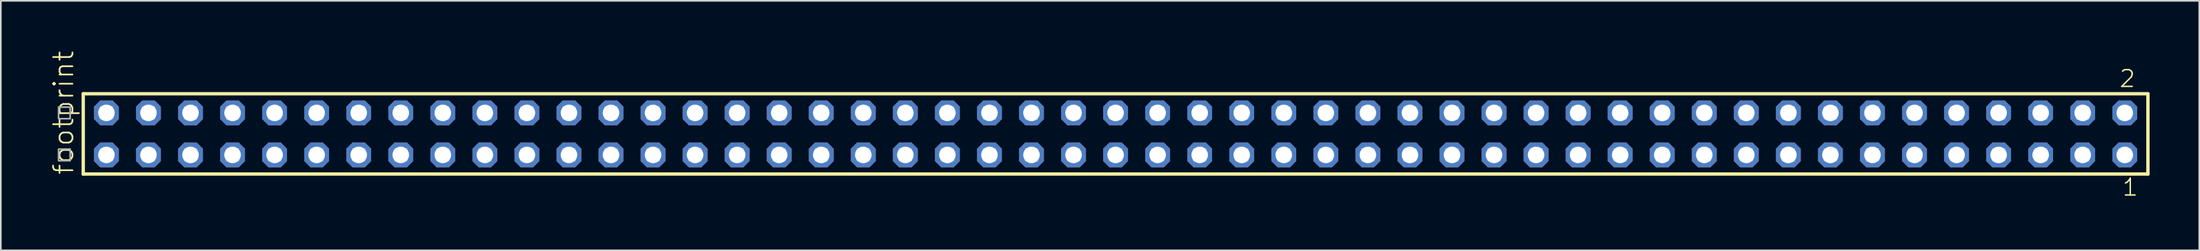
<source format=kicad_pcb>
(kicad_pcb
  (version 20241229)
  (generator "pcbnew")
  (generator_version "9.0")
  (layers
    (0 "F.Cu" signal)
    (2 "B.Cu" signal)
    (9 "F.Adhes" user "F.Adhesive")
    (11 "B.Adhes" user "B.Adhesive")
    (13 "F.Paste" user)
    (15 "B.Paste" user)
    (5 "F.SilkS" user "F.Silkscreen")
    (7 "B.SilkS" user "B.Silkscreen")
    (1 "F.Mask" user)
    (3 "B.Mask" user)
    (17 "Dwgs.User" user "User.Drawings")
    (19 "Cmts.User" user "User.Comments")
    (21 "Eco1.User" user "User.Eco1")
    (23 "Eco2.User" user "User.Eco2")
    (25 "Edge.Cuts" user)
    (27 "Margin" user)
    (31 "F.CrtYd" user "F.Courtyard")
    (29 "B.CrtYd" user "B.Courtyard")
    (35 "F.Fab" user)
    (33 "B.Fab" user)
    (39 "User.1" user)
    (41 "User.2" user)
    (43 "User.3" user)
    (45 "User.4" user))
  (footprint "footprint"
    (layer "F.Cu")
    (at 64.338 5.042)
    (property "Reference" "footprint" (at -62.865 2.54 90) (layer "F.SilkS") (effects (font (size 1.168 1.168) (thickness 0.102)) (justify left bottom)))
    (fp_line (start -62.359 -2.425) (end 62.359 -2.425) (stroke (width 0.203) (type solid)) (layer "F.SilkS"))
    (fp_line (start -62.359 2.425) (end -62.359 -2.425) (stroke (width 0.203) (type solid)) (layer "F.SilkS"))
    (fp_line (start 62.359 -2.425) (end 62.359 2.425) (stroke (width 0.203) (type solid)) (layer "F.SilkS"))
    (fp_line (start 62.359 2.425) (end -62.359 2.425) (stroke (width 0.203) (type solid)) (layer "F.SilkS"))
    (fp_poly (pts (xy -63.85 -0.92) (xy -63.15 -0.92) (xy -63.15 -1.62) (xy -63.85 -1.62)) (stroke (width 0.1) (type solid)) (fill no) (layer "F.Fab"))
    (fp_poly (pts (xy -63.85 1.62) (xy -63.15 1.62) (xy -63.15 0.92) (xy -63.85 0.92)) (stroke (width 0.1) (type solid)) (fill no) (layer "F.Fab"))
    (fp_poly (pts (xy -61.31 -0.92) (xy -60.61 -0.92) (xy -60.61 -1.62) (xy -61.31 -1.62)) (stroke (width 0.1) (type solid)) (fill no) (layer "F.Fab"))
    (fp_poly (pts (xy -61.31 1.62) (xy -60.61 1.62) (xy -60.61 0.92) (xy -61.31 0.92)) (stroke (width 0.1) (type solid)) (fill no) (layer "F.Fab"))
    (fp_poly (pts (xy -58.77 -0.92) (xy -58.07 -0.92) (xy -58.07 -1.62) (xy -58.77 -1.62)) (stroke (width 0.1) (type solid)) (fill no) (layer "F.Fab"))
    (fp_poly (pts (xy -58.77 1.62) (xy -58.07 1.62) (xy -58.07 0.92) (xy -58.77 0.92)) (stroke (width 0.1) (type solid)) (fill no) (layer "F.Fab"))
    (fp_poly (pts (xy -56.23 -0.92) (xy -55.53 -0.92) (xy -55.53 -1.62) (xy -56.23 -1.62)) (stroke (width 0.1) (type solid)) (fill no) (layer "F.Fab"))
    (fp_poly (pts (xy -56.23 1.62) (xy -55.53 1.62) (xy -55.53 0.92) (xy -56.23 0.92)) (stroke (width 0.1) (type solid)) (fill no) (layer "F.Fab"))
    (fp_poly (pts (xy -53.69 -0.92) (xy -52.99 -0.92) (xy -52.99 -1.62) (xy -53.69 -1.62)) (stroke (width 0.1) (type solid)) (fill no) (layer "F.Fab"))
    (fp_poly (pts (xy -53.69 1.62) (xy -52.99 1.62) (xy -52.99 0.92) (xy -53.69 0.92)) (stroke (width 0.1) (type solid)) (fill no) (layer "F.Fab"))
    (fp_poly (pts (xy -51.15 -0.92) (xy -50.45 -0.92) (xy -50.45 -1.62) (xy -51.15 -1.62)) (stroke (width 0.1) (type solid)) (fill no) (layer "F.Fab"))
    (fp_poly (pts (xy -51.15 1.62) (xy -50.45 1.62) (xy -50.45 0.92) (xy -51.15 0.92)) (stroke (width 0.1) (type solid)) (fill no) (layer "F.Fab"))
    (fp_poly (pts (xy -48.61 -0.92) (xy -47.91 -0.92) (xy -47.91 -1.62) (xy -48.61 -1.62)) (stroke (width 0.1) (type solid)) (fill no) (layer "F.Fab"))
    (fp_poly (pts (xy -48.61 1.62) (xy -47.91 1.62) (xy -47.91 0.92) (xy -48.61 0.92)) (stroke (width 0.1) (type solid)) (fill no) (layer "F.Fab"))
    (fp_poly (pts (xy -46.07 -0.92) (xy -45.37 -0.92) (xy -45.37 -1.62) (xy -46.07 -1.62)) (stroke (width 0.1) (type solid)) (fill no) (layer "F.Fab"))
    (fp_poly (pts (xy -46.07 1.62) (xy -45.37 1.62) (xy -45.37 0.92) (xy -46.07 0.92)) (stroke (width 0.1) (type solid)) (fill no) (layer "F.Fab"))
    (fp_poly (pts (xy -43.53 -0.92) (xy -42.83 -0.92) (xy -42.83 -1.62) (xy -43.53 -1.62)) (stroke (width 0.1) (type solid)) (fill no) (layer "F.Fab"))
    (fp_poly (pts (xy -43.53 1.62) (xy -42.83 1.62) (xy -42.83 0.92) (xy -43.53 0.92)) (stroke (width 0.1) (type solid)) (fill no) (layer "F.Fab"))
    (fp_poly (pts (xy -40.99 -0.92) (xy -40.29 -0.92) (xy -40.29 -1.62) (xy -40.99 -1.62)) (stroke (width 0.1) (type solid)) (fill no) (layer "F.Fab"))
    (fp_poly (pts (xy -40.99 1.62) (xy -40.29 1.62) (xy -40.29 0.92) (xy -40.99 0.92)) (stroke (width 0.1) (type solid)) (fill no) (layer "F.Fab"))
    (fp_poly (pts (xy -38.45 -0.92) (xy -37.75 -0.92) (xy -37.75 -1.62) (xy -38.45 -1.62)) (stroke (width 0.1) (type solid)) (fill no) (layer "F.Fab"))
    (fp_poly (pts (xy -38.45 1.62) (xy -37.75 1.62) (xy -37.75 0.92) (xy -38.45 0.92)) (stroke (width 0.1) (type solid)) (fill no) (layer "F.Fab"))
    (fp_poly (pts (xy -35.91 -0.92) (xy -35.21 -0.92) (xy -35.21 -1.62) (xy -35.91 -1.62)) (stroke (width 0.1) (type solid)) (fill no) (layer "F.Fab"))
    (fp_poly (pts (xy -35.91 1.62) (xy -35.21 1.62) (xy -35.21 0.92) (xy -35.91 0.92)) (stroke (width 0.1) (type solid)) (fill no) (layer "F.Fab"))
    (fp_poly (pts (xy -33.37 -0.92) (xy -32.67 -0.92) (xy -32.67 -1.62) (xy -33.37 -1.62)) (stroke (width 0.1) (type solid)) (fill no) (layer "F.Fab"))
    (fp_poly (pts (xy -33.37 1.62) (xy -32.67 1.62) (xy -32.67 0.92) (xy -33.37 0.92)) (stroke (width 0.1) (type solid)) (fill no) (layer "F.Fab"))
    (fp_poly (pts (xy -30.83 -0.92) (xy -30.13 -0.92) (xy -30.13 -1.62) (xy -30.83 -1.62)) (stroke (width 0.1) (type solid)) (fill no) (layer "F.Fab"))
    (fp_poly (pts (xy -30.83 1.62) (xy -30.13 1.62) (xy -30.13 0.92) (xy -30.83 0.92)) (stroke (width 0.1) (type solid)) (fill no) (layer "F.Fab"))
    (fp_poly (pts (xy -28.29 -0.92) (xy -27.59 -0.92) (xy -27.59 -1.62) (xy -28.29 -1.62)) (stroke (width 0.1) (type solid)) (fill no) (layer "F.Fab"))
    (fp_poly (pts (xy -28.29 1.62) (xy -27.59 1.62) (xy -27.59 0.92) (xy -28.29 0.92)) (stroke (width 0.1) (type solid)) (fill no) (layer "F.Fab"))
    (fp_poly (pts (xy -25.75 -0.92) (xy -25.05 -0.92) (xy -25.05 -1.62) (xy -25.75 -1.62)) (stroke (width 0.1) (type solid)) (fill no) (layer "F.Fab"))
    (fp_poly (pts (xy -25.75 1.62) (xy -25.05 1.62) (xy -25.05 0.92) (xy -25.75 0.92)) (stroke (width 0.1) (type solid)) (fill no) (layer "F.Fab"))
    (fp_poly (pts (xy -23.21 -0.92) (xy -22.51 -0.92) (xy -22.51 -1.62) (xy -23.21 -1.62)) (stroke (width 0.1) (type solid)) (fill no) (layer "F.Fab"))
    (fp_poly (pts (xy -23.21 1.62) (xy -22.51 1.62) (xy -22.51 0.92) (xy -23.21 0.92)) (stroke (width 0.1) (type solid)) (fill no) (layer "F.Fab"))
    (fp_poly (pts (xy -20.67 -0.92) (xy -19.97 -0.92) (xy -19.97 -1.62) (xy -20.67 -1.62)) (stroke (width 0.1) (type solid)) (fill no) (layer "F.Fab"))
    (fp_poly (pts (xy -20.67 1.62) (xy -19.97 1.62) (xy -19.97 0.92) (xy -20.67 0.92)) (stroke (width 0.1) (type solid)) (fill no) (layer "F.Fab"))
    (fp_poly (pts (xy -18.13 -0.92) (xy -17.43 -0.92) (xy -17.43 -1.62) (xy -18.13 -1.62)) (stroke (width 0.1) (type solid)) (fill no) (layer "F.Fab"))
    (fp_poly (pts (xy -18.13 1.62) (xy -17.43 1.62) (xy -17.43 0.92) (xy -18.13 0.92)) (stroke (width 0.1) (type solid)) (fill no) (layer "F.Fab"))
    (fp_poly (pts (xy -15.59 -0.92) (xy -14.89 -0.92) (xy -14.89 -1.62) (xy -15.59 -1.62)) (stroke (width 0.1) (type solid)) (fill no) (layer "F.Fab"))
    (fp_poly (pts (xy -15.59 1.62) (xy -14.89 1.62) (xy -14.89 0.92) (xy -15.59 0.92)) (stroke (width 0.1) (type solid)) (fill no) (layer "F.Fab"))
    (fp_poly (pts (xy -13.05 -0.92) (xy -12.35 -0.92) (xy -12.35 -1.62) (xy -13.05 -1.62)) (stroke (width 0.1) (type solid)) (fill no) (layer "F.Fab"))
    (fp_poly (pts (xy -13.05 1.62) (xy -12.35 1.62) (xy -12.35 0.92) (xy -13.05 0.92)) (stroke (width 0.1) (type solid)) (fill no) (layer "F.Fab"))
    (fp_poly (pts (xy -10.51 -0.92) (xy -9.81 -0.92) (xy -9.81 -1.62) (xy -10.51 -1.62)) (stroke (width 0.1) (type solid)) (fill no) (layer "F.Fab"))
    (fp_poly (pts (xy -10.51 1.62) (xy -9.81 1.62) (xy -9.81 0.92) (xy -10.51 0.92)) (stroke (width 0.1) (type solid)) (fill no) (layer "F.Fab"))
    (fp_poly (pts (xy -7.97 -0.92) (xy -7.27 -0.92) (xy -7.27 -1.62) (xy -7.97 -1.62)) (stroke (width 0.1) (type solid)) (fill no) (layer "F.Fab"))
    (fp_poly (pts (xy -7.97 1.62) (xy -7.27 1.62) (xy -7.27 0.92) (xy -7.97 0.92)) (stroke (width 0.1) (type solid)) (fill no) (layer "F.Fab"))
    (fp_poly (pts (xy -5.43 -0.92) (xy -4.73 -0.92) (xy -4.73 -1.62) (xy -5.43 -1.62)) (stroke (width 0.1) (type solid)) (fill no) (layer "F.Fab"))
    (fp_poly (pts (xy -5.43 1.62) (xy -4.73 1.62) (xy -4.73 0.92) (xy -5.43 0.92)) (stroke (width 0.1) (type solid)) (fill no) (layer "F.Fab"))
    (fp_poly (pts (xy -2.89 -0.92) (xy -2.19 -0.92) (xy -2.19 -1.62) (xy -2.89 -1.62)) (stroke (width 0.1) (type solid)) (fill no) (layer "F.Fab"))
    (fp_poly (pts (xy -2.89 1.62) (xy -2.19 1.62) (xy -2.19 0.92) (xy -2.89 0.92)) (stroke (width 0.1) (type solid)) (fill no) (layer "F.Fab"))
    (fp_poly (pts (xy -0.35 -0.92) (xy 0.35 -0.92) (xy 0.35 -1.62) (xy -0.35 -1.62)) (stroke (width 0.1) (type solid)) (fill no) (layer "F.Fab"))
    (fp_poly (pts (xy -0.35 1.62) (xy 0.35 1.62) (xy 0.35 0.92) (xy -0.35 0.92)) (stroke (width 0.1) (type solid)) (fill no) (layer "F.Fab"))
    (fp_poly (pts (xy 2.19 -0.92) (xy 2.89 -0.92) (xy 2.89 -1.62) (xy 2.19 -1.62)) (stroke (width 0.1) (type solid)) (fill no) (layer "F.Fab"))
    (fp_poly (pts (xy 2.19 1.62) (xy 2.89 1.62) (xy 2.89 0.92) (xy 2.19 0.92)) (stroke (width 0.1) (type solid)) (fill no) (layer "F.Fab"))
    (fp_poly (pts (xy 4.73 -0.92) (xy 5.43 -0.92) (xy 5.43 -1.62) (xy 4.73 -1.62)) (stroke (width 0.1) (type solid)) (fill no) (layer "F.Fab"))
    (fp_poly (pts (xy 4.73 1.62) (xy 5.43 1.62) (xy 5.43 0.92) (xy 4.73 0.92)) (stroke (width 0.1) (type solid)) (fill no) (layer "F.Fab"))
    (fp_poly (pts (xy 7.27 -0.92) (xy 7.97 -0.92) (xy 7.97 -1.62) (xy 7.27 -1.62)) (stroke (width 0.1) (type solid)) (fill no) (layer "F.Fab"))
    (fp_poly (pts (xy 7.27 1.62) (xy 7.97 1.62) (xy 7.97 0.92) (xy 7.27 0.92)) (stroke (width 0.1) (type solid)) (fill no) (layer "F.Fab"))
    (fp_poly (pts (xy 9.81 -0.92) (xy 10.51 -0.92) (xy 10.51 -1.62) (xy 9.81 -1.62)) (stroke (width 0.1) (type solid)) (fill no) (layer "F.Fab"))
    (fp_poly (pts (xy 9.81 1.62) (xy 10.51 1.62) (xy 10.51 0.92) (xy 9.81 0.92)) (stroke (width 0.1) (type solid)) (fill no) (layer "F.Fab"))
    (fp_poly (pts (xy 12.35 -0.92) (xy 13.05 -0.92) (xy 13.05 -1.62) (xy 12.35 -1.62)) (stroke (width 0.1) (type solid)) (fill no) (layer "F.Fab"))
    (fp_poly (pts (xy 12.35 1.62) (xy 13.05 1.62) (xy 13.05 0.92) (xy 12.35 0.92)) (stroke (width 0.1) (type solid)) (fill no) (layer "F.Fab"))
    (fp_poly (pts (xy 14.89 -0.92) (xy 15.59 -0.92) (xy 15.59 -1.62) (xy 14.89 -1.62)) (stroke (width 0.1) (type solid)) (fill no) (layer "F.Fab"))
    (fp_poly (pts (xy 14.89 1.62) (xy 15.59 1.62) (xy 15.59 0.92) (xy 14.89 0.92)) (stroke (width 0.1) (type solid)) (fill no) (layer "F.Fab"))
    (fp_poly (pts (xy 17.43 -0.92) (xy 18.13 -0.92) (xy 18.13 -1.62) (xy 17.43 -1.62)) (stroke (width 0.1) (type solid)) (fill no) (layer "F.Fab"))
    (fp_poly (pts (xy 17.43 1.62) (xy 18.13 1.62) (xy 18.13 0.92) (xy 17.43 0.92)) (stroke (width 0.1) (type solid)) (fill no) (layer "F.Fab"))
    (fp_poly (pts (xy 19.97 -0.92) (xy 20.67 -0.92) (xy 20.67 -1.62) (xy 19.97 -1.62)) (stroke (width 0.1) (type solid)) (fill no) (layer "F.Fab"))
    (fp_poly (pts (xy 19.97 1.62) (xy 20.67 1.62) (xy 20.67 0.92) (xy 19.97 0.92)) (stroke (width 0.1) (type solid)) (fill no) (layer "F.Fab"))
    (fp_poly (pts (xy 22.51 -0.92) (xy 23.21 -0.92) (xy 23.21 -1.62) (xy 22.51 -1.62)) (stroke (width 0.1) (type solid)) (fill no) (layer "F.Fab"))
    (fp_poly (pts (xy 22.51 1.62) (xy 23.21 1.62) (xy 23.21 0.92) (xy 22.51 0.92)) (stroke (width 0.1) (type solid)) (fill no) (layer "F.Fab"))
    (fp_poly (pts (xy 25.05 -0.92) (xy 25.75 -0.92) (xy 25.75 -1.62) (xy 25.05 -1.62)) (stroke (width 0.1) (type solid)) (fill no) (layer "F.Fab"))
    (fp_poly (pts (xy 25.05 1.62) (xy 25.75 1.62) (xy 25.75 0.92) (xy 25.05 0.92)) (stroke (width 0.1) (type solid)) (fill no) (layer "F.Fab"))
    (fp_poly (pts (xy 27.59 -0.92) (xy 28.29 -0.92) (xy 28.29 -1.62) (xy 27.59 -1.62)) (stroke (width 0.1) (type solid)) (fill no) (layer "F.Fab"))
    (fp_poly (pts (xy 27.59 1.62) (xy 28.29 1.62) (xy 28.29 0.92) (xy 27.59 0.92)) (stroke (width 0.1) (type solid)) (fill no) (layer "F.Fab"))
    (fp_poly (pts (xy 30.13 -0.92) (xy 30.83 -0.92) (xy 30.83 -1.62) (xy 30.13 -1.62)) (stroke (width 0.1) (type solid)) (fill no) (layer "F.Fab"))
    (fp_poly (pts (xy 30.13 1.62) (xy 30.83 1.62) (xy 30.83 0.92) (xy 30.13 0.92)) (stroke (width 0.1) (type solid)) (fill no) (layer "F.Fab"))
    (fp_poly (pts (xy 32.67 -0.92) (xy 33.37 -0.92) (xy 33.37 -1.62) (xy 32.67 -1.62)) (stroke (width 0.1) (type solid)) (fill no) (layer "F.Fab"))
    (fp_poly (pts (xy 32.67 1.62) (xy 33.37 1.62) (xy 33.37 0.92) (xy 32.67 0.92)) (stroke (width 0.1) (type solid)) (fill no) (layer "F.Fab"))
    (fp_poly (pts (xy 35.21 -0.92) (xy 35.91 -0.92) (xy 35.91 -1.62) (xy 35.21 -1.62)) (stroke (width 0.1) (type solid)) (fill no) (layer "F.Fab"))
    (fp_poly (pts (xy 35.21 1.62) (xy 35.91 1.62) (xy 35.91 0.92) (xy 35.21 0.92)) (stroke (width 0.1) (type solid)) (fill no) (layer "F.Fab"))
    (fp_poly (pts (xy 37.75 -0.92) (xy 38.45 -0.92) (xy 38.45 -1.62) (xy 37.75 -1.62)) (stroke (width 0.1) (type solid)) (fill no) (layer "F.Fab"))
    (fp_poly (pts (xy 37.75 1.62) (xy 38.45 1.62) (xy 38.45 0.92) (xy 37.75 0.92)) (stroke (width 0.1) (type solid)) (fill no) (layer "F.Fab"))
    (fp_poly (pts (xy 40.29 -0.92) (xy 40.99 -0.92) (xy 40.99 -1.62) (xy 40.29 -1.62)) (stroke (width 0.1) (type solid)) (fill no) (layer "F.Fab"))
    (fp_poly (pts (xy 40.29 1.62) (xy 40.99 1.62) (xy 40.99 0.92) (xy 40.29 0.92)) (stroke (width 0.1) (type solid)) (fill no) (layer "F.Fab"))
    (fp_poly (pts (xy 42.83 -0.92) (xy 43.53 -0.92) (xy 43.53 -1.62) (xy 42.83 -1.62)) (stroke (width 0.1) (type solid)) (fill no) (layer "F.Fab"))
    (fp_poly (pts (xy 42.83 1.62) (xy 43.53 1.62) (xy 43.53 0.92) (xy 42.83 0.92)) (stroke (width 0.1) (type solid)) (fill no) (layer "F.Fab"))
    (fp_poly (pts (xy 45.37 -0.92) (xy 46.07 -0.92) (xy 46.07 -1.62) (xy 45.37 -1.62)) (stroke (width 0.1) (type solid)) (fill no) (layer "F.Fab"))
    (fp_poly (pts (xy 45.37 1.62) (xy 46.07 1.62) (xy 46.07 0.92) (xy 45.37 0.92)) (stroke (width 0.1) (type solid)) (fill no) (layer "F.Fab"))
    (fp_poly (pts (xy 47.91 -0.92) (xy 48.61 -0.92) (xy 48.61 -1.62) (xy 47.91 -1.62)) (stroke (width 0.1) (type solid)) (fill no) (layer "F.Fab"))
    (fp_poly (pts (xy 47.91 1.62) (xy 48.61 1.62) (xy 48.61 0.92) (xy 47.91 0.92)) (stroke (width 0.1) (type solid)) (fill no) (layer "F.Fab"))
    (fp_poly (pts (xy 50.45 -0.92) (xy 51.15 -0.92) (xy 51.15 -1.62) (xy 50.45 -1.62)) (stroke (width 0.1) (type solid)) (fill no) (layer "F.Fab"))
    (fp_poly (pts (xy 50.45 1.62) (xy 51.15 1.62) (xy 51.15 0.92) (xy 50.45 0.92)) (stroke (width 0.1) (type solid)) (fill no) (layer "F.Fab"))
    (fp_poly (pts (xy 52.99 -0.92) (xy 53.69 -0.92) (xy 53.69 -1.62) (xy 52.99 -1.62)) (stroke (width 0.1) (type solid)) (fill no) (layer "F.Fab"))
    (fp_poly (pts (xy 52.99 1.62) (xy 53.69 1.62) (xy 53.69 0.92) (xy 52.99 0.92)) (stroke (width 0.1) (type solid)) (fill no) (layer "F.Fab"))
    (fp_poly (pts (xy 55.53 -0.92) (xy 56.23 -0.92) (xy 56.23 -1.62) (xy 55.53 -1.62)) (stroke (width 0.1) (type solid)) (fill no) (layer "F.Fab"))
    (fp_poly (pts (xy 55.53 1.62) (xy 56.23 1.62) (xy 56.23 0.92) (xy 55.53 0.92)) (stroke (width 0.1) (type solid)) (fill no) (layer "F.Fab"))
    (fp_poly (pts (xy 58.07 -0.92) (xy 58.77 -0.92) (xy 58.77 -1.62) (xy 58.07 -1.62)) (stroke (width 0.1) (type solid)) (fill no) (layer "F.Fab"))
    (fp_poly (pts (xy 58.07 1.62) (xy 58.77 1.62) (xy 58.77 0.92) (xy 58.07 0.92)) (stroke (width 0.1) (type solid)) (fill no) (layer "F.Fab"))
    (fp_poly (pts (xy 60.61 -0.92) (xy 61.31 -0.92) (xy 61.31 -1.62) (xy 60.61 -1.62)) (stroke (width 0.1) (type solid)) (fill no) (layer "F.Fab"))
    (fp_poly (pts (xy 60.61 1.62) (xy 61.31 1.62) (xy 61.31 0.92) (xy 60.61 0.92)) (stroke (width 0.1) (type solid)) (fill no) (layer "F.Fab"))
    (fp_text user "1" (at 60.752 3.818 0) (layer "F.SilkS") (effects (font (size 1.012 1.012) (thickness 0.088)) (justify left bottom)))
    (fp_text user "2" (at 60.577 -2.744 0) (layer "F.SilkS") (effects (font (size 1.012 1.012) (thickness 0.088)) (justify left bottom)))
    (pad "1" thru_hole roundrect (at 60.96 1.27 180) (size 1.5 1.5) (drill 1) (layers "*.Cu" "*.Mask") (roundrect_rratio 0.25) (chamfer_ratio 0.25) (chamfer top_left top_right bottom_left bottom_right))
    (pad "2" thru_hole roundrect (at 60.96 -1.27 180) (size 1.5 1.5) (drill 1) (layers "*.Cu" "*.Mask") (roundrect_rratio 0.25) (chamfer_ratio 0.25) (chamfer top_left top_right bottom_left bottom_right))
    (pad "3" thru_hole roundrect (at 58.42 1.27 180) (size 1.5 1.5) (drill 1) (layers "*.Cu" "*.Mask") (roundrect_rratio 0.25) (chamfer_ratio 0.25) (chamfer top_left top_right bottom_left bottom_right))
    (pad "4" thru_hole roundrect (at 58.42 -1.27 180) (size 1.5 1.5) (drill 1) (layers "*.Cu" "*.Mask") (roundrect_rratio 0.25) (chamfer_ratio 0.25) (chamfer top_left top_right bottom_left bottom_right))
    (pad "5" thru_hole roundrect (at 55.88 1.27 180) (size 1.5 1.5) (drill 1) (layers "*.Cu" "*.Mask") (roundrect_rratio 0.25) (chamfer_ratio 0.25) (chamfer top_left top_right bottom_left bottom_right))
    (pad "6" thru_hole roundrect (at 55.88 -1.27 180) (size 1.5 1.5) (drill 1) (layers "*.Cu" "*.Mask") (roundrect_rratio 0.25) (chamfer_ratio 0.25) (chamfer top_left top_right bottom_left bottom_right))
    (pad "7" thru_hole roundrect (at 53.34 1.27 180) (size 1.5 1.5) (drill 1) (layers "*.Cu" "*.Mask") (roundrect_rratio 0.25) (chamfer_ratio 0.25) (chamfer top_left top_right bottom_left bottom_right))
    (pad "8" thru_hole roundrect (at 53.34 -1.27 180) (size 1.5 1.5) (drill 1) (layers "*.Cu" "*.Mask") (roundrect_rratio 0.25) (chamfer_ratio 0.25) (chamfer top_left top_right bottom_left bottom_right))
    (pad "9" thru_hole roundrect (at 50.8 1.27 180) (size 1.5 1.5) (drill 1) (layers "*.Cu" "*.Mask") (roundrect_rratio 0.25) (chamfer_ratio 0.25) (chamfer top_left top_right bottom_left bottom_right))
    (pad "10" thru_hole roundrect (at 50.8 -1.27 180) (size 1.5 1.5) (drill 1) (layers "*.Cu" "*.Mask") (roundrect_rratio 0.25) (chamfer_ratio 0.25) (chamfer top_left top_right bottom_left bottom_right))
    (pad "11" thru_hole roundrect (at 48.26 1.27 180) (size 1.5 1.5) (drill 1) (layers "*.Cu" "*.Mask") (roundrect_rratio 0.25) (chamfer_ratio 0.25) (chamfer top_left top_right bottom_left bottom_right))
    (pad "12" thru_hole roundrect (at 48.26 -1.27 180) (size 1.5 1.5) (drill 1) (layers "*.Cu" "*.Mask") (roundrect_rratio 0.25) (chamfer_ratio 0.25) (chamfer top_left top_right bottom_left bottom_right))
    (pad "13" thru_hole roundrect (at 45.72 1.27 180) (size 1.5 1.5) (drill 1) (layers "*.Cu" "*.Mask") (roundrect_rratio 0.25) (chamfer_ratio 0.25) (chamfer top_left top_right bottom_left bottom_right))
    (pad "14" thru_hole roundrect (at 45.72 -1.27 180) (size 1.5 1.5) (drill 1) (layers "*.Cu" "*.Mask") (roundrect_rratio 0.25) (chamfer_ratio 0.25) (chamfer top_left top_right bottom_left bottom_right))
    (pad "15" thru_hole roundrect (at 43.18 1.27 180) (size 1.5 1.5) (drill 1) (layers "*.Cu" "*.Mask") (roundrect_rratio 0.25) (chamfer_ratio 0.25) (chamfer top_left top_right bottom_left bottom_right))
    (pad "16" thru_hole roundrect (at 43.18 -1.27 180) (size 1.5 1.5) (drill 1) (layers "*.Cu" "*.Mask") (roundrect_rratio 0.25) (chamfer_ratio 0.25) (chamfer top_left top_right bottom_left bottom_right))
    (pad "17" thru_hole roundrect (at 40.64 1.27 180) (size 1.5 1.5) (drill 1) (layers "*.Cu" "*.Mask") (roundrect_rratio 0.25) (chamfer_ratio 0.25) (chamfer top_left top_right bottom_left bottom_right))
    (pad "18" thru_hole roundrect (at 40.64 -1.27 180) (size 1.5 1.5) (drill 1) (layers "*.Cu" "*.Mask") (roundrect_rratio 0.25) (chamfer_ratio 0.25) (chamfer top_left top_right bottom_left bottom_right))
    (pad "19" thru_hole roundrect (at 38.1 1.27 180) (size 1.5 1.5) (drill 1) (layers "*.Cu" "*.Mask") (roundrect_rratio 0.25) (chamfer_ratio 0.25) (chamfer top_left top_right bottom_left bottom_right))
    (pad "20" thru_hole roundrect (at 38.1 -1.27 180) (size 1.5 1.5) (drill 1) (layers "*.Cu" "*.Mask") (roundrect_rratio 0.25) (chamfer_ratio 0.25) (chamfer top_left top_right bottom_left bottom_right))
    (pad "21" thru_hole roundrect (at 35.56 1.27 180) (size 1.5 1.5) (drill 1) (layers "*.Cu" "*.Mask") (roundrect_rratio 0.25) (chamfer_ratio 0.25) (chamfer top_left top_right bottom_left bottom_right))
    (pad "22" thru_hole roundrect (at 35.56 -1.27 180) (size 1.5 1.5) (drill 1) (layers "*.Cu" "*.Mask") (roundrect_rratio 0.25) (chamfer_ratio 0.25) (chamfer top_left top_right bottom_left bottom_right))
    (pad "23" thru_hole roundrect (at 33.02 1.27 180) (size 1.5 1.5) (drill 1) (layers "*.Cu" "*.Mask") (roundrect_rratio 0.25) (chamfer_ratio 0.25) (chamfer top_left top_right bottom_left bottom_right))
    (pad "24" thru_hole roundrect (at 33.02 -1.27 180) (size 1.5 1.5) (drill 1) (layers "*.Cu" "*.Mask") (roundrect_rratio 0.25) (chamfer_ratio 0.25) (chamfer top_left top_right bottom_left bottom_right))
    (pad "25" thru_hole roundrect (at 30.48 1.27 180) (size 1.5 1.5) (drill 1) (layers "*.Cu" "*.Mask") (roundrect_rratio 0.25) (chamfer_ratio 0.25) (chamfer top_left top_right bottom_left bottom_right))
    (pad "26" thru_hole roundrect (at 30.48 -1.27 180) (size 1.5 1.5) (drill 1) (layers "*.Cu" "*.Mask") (roundrect_rratio 0.25) (chamfer_ratio 0.25) (chamfer top_left top_right bottom_left bottom_right))
    (pad "27" thru_hole roundrect (at 27.94 1.27 180) (size 1.5 1.5) (drill 1) (layers "*.Cu" "*.Mask") (roundrect_rratio 0.25) (chamfer_ratio 0.25) (chamfer top_left top_right bottom_left bottom_right))
    (pad "28" thru_hole roundrect (at 27.94 -1.27 180) (size 1.5 1.5) (drill 1) (layers "*.Cu" "*.Mask") (roundrect_rratio 0.25) (chamfer_ratio 0.25) (chamfer top_left top_right bottom_left bottom_right))
    (pad "29" thru_hole roundrect (at 25.4 1.27 180) (size 1.5 1.5) (drill 1) (layers "*.Cu" "*.Mask") (roundrect_rratio 0.25) (chamfer_ratio 0.25) (chamfer top_left top_right bottom_left bottom_right))
    (pad "30" thru_hole roundrect (at 25.4 -1.27 180) (size 1.5 1.5) (drill 1) (layers "*.Cu" "*.Mask") (roundrect_rratio 0.25) (chamfer_ratio 0.25) (chamfer top_left top_right bottom_left bottom_right))
    (pad "31" thru_hole roundrect (at 22.86 1.27 180) (size 1.5 1.5) (drill 1) (layers "*.Cu" "*.Mask") (roundrect_rratio 0.25) (chamfer_ratio 0.25) (chamfer top_left top_right bottom_left bottom_right))
    (pad "32" thru_hole roundrect (at 22.86 -1.27 180) (size 1.5 1.5) (drill 1) (layers "*.Cu" "*.Mask") (roundrect_rratio 0.25) (chamfer_ratio 0.25) (chamfer top_left top_right bottom_left bottom_right))
    (pad "33" thru_hole roundrect (at 20.32 1.27 180) (size 1.5 1.5) (drill 1) (layers "*.Cu" "*.Mask") (roundrect_rratio 0.25) (chamfer_ratio 0.25) (chamfer top_left top_right bottom_left bottom_right))
    (pad "34" thru_hole roundrect (at 20.32 -1.27 180) (size 1.5 1.5) (drill 1) (layers "*.Cu" "*.Mask") (roundrect_rratio 0.25) (chamfer_ratio 0.25) (chamfer top_left top_right bottom_left bottom_right))
    (pad "35" thru_hole roundrect (at 17.78 1.27 180) (size 1.5 1.5) (drill 1) (layers "*.Cu" "*.Mask") (roundrect_rratio 0.25) (chamfer_ratio 0.25) (chamfer top_left top_right bottom_left bottom_right))
    (pad "36" thru_hole roundrect (at 17.78 -1.27 180) (size 1.5 1.5) (drill 1) (layers "*.Cu" "*.Mask") (roundrect_rratio 0.25) (chamfer_ratio 0.25) (chamfer top_left top_right bottom_left bottom_right))
    (pad "37" thru_hole roundrect (at 15.24 1.27 180) (size 1.5 1.5) (drill 1) (layers "*.Cu" "*.Mask") (roundrect_rratio 0.25) (chamfer_ratio 0.25) (chamfer top_left top_right bottom_left bottom_right))
    (pad "38" thru_hole roundrect (at 15.24 -1.27 180) (size 1.5 1.5) (drill 1) (layers "*.Cu" "*.Mask") (roundrect_rratio 0.25) (chamfer_ratio 0.25) (chamfer top_left top_right bottom_left bottom_right))
    (pad "39" thru_hole roundrect (at 12.7 1.27 180) (size 1.5 1.5) (drill 1) (layers "*.Cu" "*.Mask") (roundrect_rratio 0.25) (chamfer_ratio 0.25) (chamfer top_left top_right bottom_left bottom_right))
    (pad "40" thru_hole roundrect (at 12.7 -1.27 180) (size 1.5 1.5) (drill 1) (layers "*.Cu" "*.Mask") (roundrect_rratio 0.25) (chamfer_ratio 0.25) (chamfer top_left top_right bottom_left bottom_right))
    (pad "41" thru_hole roundrect (at 10.16 1.27 180) (size 1.5 1.5) (drill 1) (layers "*.Cu" "*.Mask") (roundrect_rratio 0.25) (chamfer_ratio 0.25) (chamfer top_left top_right bottom_left bottom_right))
    (pad "42" thru_hole roundrect (at 10.16 -1.27 180) (size 1.5 1.5) (drill 1) (layers "*.Cu" "*.Mask") (roundrect_rratio 0.25) (chamfer_ratio 0.25) (chamfer top_left top_right bottom_left bottom_right))
    (pad "43" thru_hole roundrect (at 7.62 1.27 180) (size 1.5 1.5) (drill 1) (layers "*.Cu" "*.Mask") (roundrect_rratio 0.25) (chamfer_ratio 0.25) (chamfer top_left top_right bottom_left bottom_right))
    (pad "44" thru_hole roundrect (at 7.62 -1.27 180) (size 1.5 1.5) (drill 1) (layers "*.Cu" "*.Mask") (roundrect_rratio 0.25) (chamfer_ratio 0.25) (chamfer top_left top_right bottom_left bottom_right))
    (pad "45" thru_hole roundrect (at 5.08 1.27 180) (size 1.5 1.5) (drill 1) (layers "*.Cu" "*.Mask") (roundrect_rratio 0.25) (chamfer_ratio 0.25) (chamfer top_left top_right bottom_left bottom_right))
    (pad "46" thru_hole roundrect (at 5.08 -1.27 180) (size 1.5 1.5) (drill 1) (layers "*.Cu" "*.Mask") (roundrect_rratio 0.25) (chamfer_ratio 0.25) (chamfer top_left top_right bottom_left bottom_right))
    (pad "47" thru_hole roundrect (at 2.54 1.27 180) (size 1.5 1.5) (drill 1) (layers "*.Cu" "*.Mask") (roundrect_rratio 0.25) (chamfer_ratio 0.25) (chamfer top_left top_right bottom_left bottom_right))
    (pad "48" thru_hole roundrect (at 2.54 -1.27 180) (size 1.5 1.5) (drill 1) (layers "*.Cu" "*.Mask") (roundrect_rratio 0.25) (chamfer_ratio 0.25) (chamfer top_left top_right bottom_left bottom_right))
    (pad "49" thru_hole roundrect (at 0 1.27 180) (size 1.5 1.5) (drill 1) (layers "*.Cu" "*.Mask") (roundrect_rratio 0.25) (chamfer_ratio 0.25) (chamfer top_left top_right bottom_left bottom_right))
    (pad "50" thru_hole roundrect (at 0 -1.27 180) (size 1.5 1.5) (drill 1) (layers "*.Cu" "*.Mask") (roundrect_rratio 0.25) (chamfer_ratio 0.25) (chamfer top_left top_right bottom_left bottom_right))
    (pad "51" thru_hole roundrect (at -2.54 1.27 180) (size 1.5 1.5) (drill 1) (layers "*.Cu" "*.Mask") (roundrect_rratio 0.25) (chamfer_ratio 0.25) (chamfer top_left top_right bottom_left bottom_right))
    (pad "52" thru_hole roundrect (at -2.54 -1.27 180) (size 1.5 1.5) (drill 1) (layers "*.Cu" "*.Mask") (roundrect_rratio 0.25) (chamfer_ratio 0.25) (chamfer top_left top_right bottom_left bottom_right))
    (pad "53" thru_hole roundrect (at -5.08 1.27 180) (size 1.5 1.5) (drill 1) (layers "*.Cu" "*.Mask") (roundrect_rratio 0.25) (chamfer_ratio 0.25) (chamfer top_left top_right bottom_left bottom_right))
    (pad "54" thru_hole roundrect (at -5.08 -1.27 180) (size 1.5 1.5) (drill 1) (layers "*.Cu" "*.Mask") (roundrect_rratio 0.25) (chamfer_ratio 0.25) (chamfer top_left top_right bottom_left bottom_right))
    (pad "55" thru_hole roundrect (at -7.62 1.27 180) (size 1.5 1.5) (drill 1) (layers "*.Cu" "*.Mask") (roundrect_rratio 0.25) (chamfer_ratio 0.25) (chamfer top_left top_right bottom_left bottom_right))
    (pad "56" thru_hole roundrect (at -7.62 -1.27 180) (size 1.5 1.5) (drill 1) (layers "*.Cu" "*.Mask") (roundrect_rratio 0.25) (chamfer_ratio 0.25) (chamfer top_left top_right bottom_left bottom_right))
    (pad "57" thru_hole roundrect (at -10.16 1.27 180) (size 1.5 1.5) (drill 1) (layers "*.Cu" "*.Mask") (roundrect_rratio 0.25) (chamfer_ratio 0.25) (chamfer top_left top_right bottom_left bottom_right))
    (pad "58" thru_hole roundrect (at -10.16 -1.27 180) (size 1.5 1.5) (drill 1) (layers "*.Cu" "*.Mask") (roundrect_rratio 0.25) (chamfer_ratio 0.25) (chamfer top_left top_right bottom_left bottom_right))
    (pad "59" thru_hole roundrect (at -12.7 1.27 180) (size 1.5 1.5) (drill 1) (layers "*.Cu" "*.Mask") (roundrect_rratio 0.25) (chamfer_ratio 0.25) (chamfer top_left top_right bottom_left bottom_right))
    (pad "60" thru_hole roundrect (at -12.7 -1.27 180) (size 1.5 1.5) (drill 1) (layers "*.Cu" "*.Mask") (roundrect_rratio 0.25) (chamfer_ratio 0.25) (chamfer top_left top_right bottom_left bottom_right))
    (pad "61" thru_hole roundrect (at -15.24 1.27 180) (size 1.5 1.5) (drill 1) (layers "*.Cu" "*.Mask") (roundrect_rratio 0.25) (chamfer_ratio 0.25) (chamfer top_left top_right bottom_left bottom_right))
    (pad "62" thru_hole roundrect (at -15.24 -1.27 180) (size 1.5 1.5) (drill 1) (layers "*.Cu" "*.Mask") (roundrect_rratio 0.25) (chamfer_ratio 0.25) (chamfer top_left top_right bottom_left bottom_right))
    (pad "63" thru_hole roundrect (at -17.78 1.27 180) (size 1.5 1.5) (drill 1) (layers "*.Cu" "*.Mask") (roundrect_rratio 0.25) (chamfer_ratio 0.25) (chamfer top_left top_right bottom_left bottom_right))
    (pad "64" thru_hole roundrect (at -17.78 -1.27 180) (size 1.5 1.5) (drill 1) (layers "*.Cu" "*.Mask") (roundrect_rratio 0.25) (chamfer_ratio 0.25) (chamfer top_left top_right bottom_left bottom_right))
    (pad "65" thru_hole roundrect (at -20.32 1.27 180) (size 1.5 1.5) (drill 1) (layers "*.Cu" "*.Mask") (roundrect_rratio 0.25) (chamfer_ratio 0.25) (chamfer top_left top_right bottom_left bottom_right))
    (pad "66" thru_hole roundrect (at -20.32 -1.27 180) (size 1.5 1.5) (drill 1) (layers "*.Cu" "*.Mask") (roundrect_rratio 0.25) (chamfer_ratio 0.25) (chamfer top_left top_right bottom_left bottom_right))
    (pad "67" thru_hole roundrect (at -22.86 1.27 180) (size 1.5 1.5) (drill 1) (layers "*.Cu" "*.Mask") (roundrect_rratio 0.25) (chamfer_ratio 0.25) (chamfer top_left top_right bottom_left bottom_right))
    (pad "68" thru_hole roundrect (at -22.86 -1.27 180) (size 1.5 1.5) (drill 1) (layers "*.Cu" "*.Mask") (roundrect_rratio 0.25) (chamfer_ratio 0.25) (chamfer top_left top_right bottom_left bottom_right))
    (pad "69" thru_hole roundrect (at -25.4 1.27 180) (size 1.5 1.5) (drill 1) (layers "*.Cu" "*.Mask") (roundrect_rratio 0.25) (chamfer_ratio 0.25) (chamfer top_left top_right bottom_left bottom_right))
    (pad "70" thru_hole roundrect (at -25.4 -1.27 180) (size 1.5 1.5) (drill 1) (layers "*.Cu" "*.Mask") (roundrect_rratio 0.25) (chamfer_ratio 0.25) (chamfer top_left top_right bottom_left bottom_right))
    (pad "71" thru_hole roundrect (at -27.94 1.27 180) (size 1.5 1.5) (drill 1) (layers "*.Cu" "*.Mask") (roundrect_rratio 0.25) (chamfer_ratio 0.25) (chamfer top_left top_right bottom_left bottom_right))
    (pad "72" thru_hole roundrect (at -27.94 -1.27 180) (size 1.5 1.5) (drill 1) (layers "*.Cu" "*.Mask") (roundrect_rratio 0.25) (chamfer_ratio 0.25) (chamfer top_left top_right bottom_left bottom_right))
    (pad "73" thru_hole roundrect (at -30.48 1.27 180) (size 1.5 1.5) (drill 1) (layers "*.Cu" "*.Mask") (roundrect_rratio 0.25) (chamfer_ratio 0.25) (chamfer top_left top_right bottom_left bottom_right))
    (pad "74" thru_hole roundrect (at -30.48 -1.27 180) (size 1.5 1.5) (drill 1) (layers "*.Cu" "*.Mask") (roundrect_rratio 0.25) (chamfer_ratio 0.25) (chamfer top_left top_right bottom_left bottom_right))
    (pad "75" thru_hole roundrect (at -33.02 1.27 180) (size 1.5 1.5) (drill 1) (layers "*.Cu" "*.Mask") (roundrect_rratio 0.25) (chamfer_ratio 0.25) (chamfer top_left top_right bottom_left bottom_right))
    (pad "76" thru_hole roundrect (at -33.02 -1.27 180) (size 1.5 1.5) (drill 1) (layers "*.Cu" "*.Mask") (roundrect_rratio 0.25) (chamfer_ratio 0.25) (chamfer top_left top_right bottom_left bottom_right))
    (pad "77" thru_hole roundrect (at -35.56 1.27 180) (size 1.5 1.5) (drill 1) (layers "*.Cu" "*.Mask") (roundrect_rratio 0.25) (chamfer_ratio 0.25) (chamfer top_left top_right bottom_left bottom_right))
    (pad "78" thru_hole roundrect (at -35.56 -1.27 180) (size 1.5 1.5) (drill 1) (layers "*.Cu" "*.Mask") (roundrect_rratio 0.25) (chamfer_ratio 0.25) (chamfer top_left top_right bottom_left bottom_right))
    (pad "79" thru_hole roundrect (at -38.1 1.27 180) (size 1.5 1.5) (drill 1) (layers "*.Cu" "*.Mask") (roundrect_rratio 0.25) (chamfer_ratio 0.25) (chamfer top_left top_right bottom_left bottom_right))
    (pad "80" thru_hole roundrect (at -38.1 -1.27 180) (size 1.5 1.5) (drill 1) (layers "*.Cu" "*.Mask") (roundrect_rratio 0.25) (chamfer_ratio 0.25) (chamfer top_left top_right bottom_left bottom_right))
    (pad "81" thru_hole roundrect (at -40.64 1.27 180) (size 1.5 1.5) (drill 1) (layers "*.Cu" "*.Mask") (roundrect_rratio 0.25) (chamfer_ratio 0.25) (chamfer top_left top_right bottom_left bottom_right))
    (pad "82" thru_hole roundrect (at -40.64 -1.27 180) (size 1.5 1.5) (drill 1) (layers "*.Cu" "*.Mask") (roundrect_rratio 0.25) (chamfer_ratio 0.25) (chamfer top_left top_right bottom_left bottom_right))
    (pad "83" thru_hole roundrect (at -43.18 1.27 180) (size 1.5 1.5) (drill 1) (layers "*.Cu" "*.Mask") (roundrect_rratio 0.25) (chamfer_ratio 0.25) (chamfer top_left top_right bottom_left bottom_right))
    (pad "84" thru_hole roundrect (at -43.18 -1.27 180) (size 1.5 1.5) (drill 1) (layers "*.Cu" "*.Mask") (roundrect_rratio 0.25) (chamfer_ratio 0.25) (chamfer top_left top_right bottom_left bottom_right))
    (pad "85" thru_hole roundrect (at -45.72 1.27 180) (size 1.5 1.5) (drill 1) (layers "*.Cu" "*.Mask") (roundrect_rratio 0.25) (chamfer_ratio 0.25) (chamfer top_left top_right bottom_left bottom_right))
    (pad "86" thru_hole roundrect (at -45.72 -1.27 180) (size 1.5 1.5) (drill 1) (layers "*.Cu" "*.Mask") (roundrect_rratio 0.25) (chamfer_ratio 0.25) (chamfer top_left top_right bottom_left bottom_right))
    (pad "87" thru_hole roundrect (at -48.26 1.27 180) (size 1.5 1.5) (drill 1) (layers "*.Cu" "*.Mask") (roundrect_rratio 0.25) (chamfer_ratio 0.25) (chamfer top_left top_right bottom_left bottom_right))
    (pad "88" thru_hole roundrect (at -48.26 -1.27 180) (size 1.5 1.5) (drill 1) (layers "*.Cu" "*.Mask") (roundrect_rratio 0.25) (chamfer_ratio 0.25) (chamfer top_left top_right bottom_left bottom_right))
    (pad "89" thru_hole roundrect (at -50.8 1.27 180) (size 1.5 1.5) (drill 1) (layers "*.Cu" "*.Mask") (roundrect_rratio 0.25) (chamfer_ratio 0.25) (chamfer top_left top_right bottom_left bottom_right))
    (pad "90" thru_hole roundrect (at -50.8 -1.27 180) (size 1.5 1.5) (drill 1) (layers "*.Cu" "*.Mask") (roundrect_rratio 0.25) (chamfer_ratio 0.25) (chamfer top_left top_right bottom_left bottom_right))
    (pad "91" thru_hole roundrect (at -53.34 1.27 180) (size 1.5 1.5) (drill 1) (layers "*.Cu" "*.Mask") (roundrect_rratio 0.25) (chamfer_ratio 0.25) (chamfer top_left top_right bottom_left bottom_right))
    (pad "92" thru_hole roundrect (at -53.34 -1.27 180) (size 1.5 1.5) (drill 1) (layers "*.Cu" "*.Mask") (roundrect_rratio 0.25) (chamfer_ratio 0.25) (chamfer top_left top_right bottom_left bottom_right))
    (pad "93" thru_hole roundrect (at -55.88 1.27 180) (size 1.5 1.5) (drill 1) (layers "*.Cu" "*.Mask") (roundrect_rratio 0.25) (chamfer_ratio 0.25) (chamfer top_left top_right bottom_left bottom_right))
    (pad "94" thru_hole roundrect (at -55.88 -1.27 180) (size 1.5 1.5) (drill 1) (layers "*.Cu" "*.Mask") (roundrect_rratio 0.25) (chamfer_ratio 0.25) (chamfer top_left top_right bottom_left bottom_right))
    (pad "95" thru_hole roundrect (at -58.42 1.27 180) (size 1.5 1.5) (drill 1) (layers "*.Cu" "*.Mask") (roundrect_rratio 0.25) (chamfer_ratio 0.25) (chamfer top_left top_right bottom_left bottom_right))
    (pad "96" thru_hole roundrect (at -58.42 -1.27 180) (size 1.5 1.5) (drill 1) (layers "*.Cu" "*.Mask") (roundrect_rratio 0.25) (chamfer_ratio 0.25) (chamfer top_left top_right bottom_left bottom_right))
    (pad "97" thru_hole roundrect (at -60.96 1.27 180) (size 1.5 1.5) (drill 1) (layers "*.Cu" "*.Mask") (roundrect_rratio 0.25) (chamfer_ratio 0.25) (chamfer top_left top_right bottom_left bottom_right))
    (pad "98" thru_hole roundrect (at -60.96 -1.27 180) (size 1.5 1.5) (drill 1) (layers "*.Cu" "*.Mask") (roundrect_rratio 0.25) (chamfer_ratio 0.25) (chamfer top_left top_right bottom_left bottom_right)))
  (gr_rect
    (start -3 -3)
    (end 129.799 12.077)
    (stroke (width 0.1) (type default))
    (fill no)
    (layer "Edge.Cuts")))
</source>
